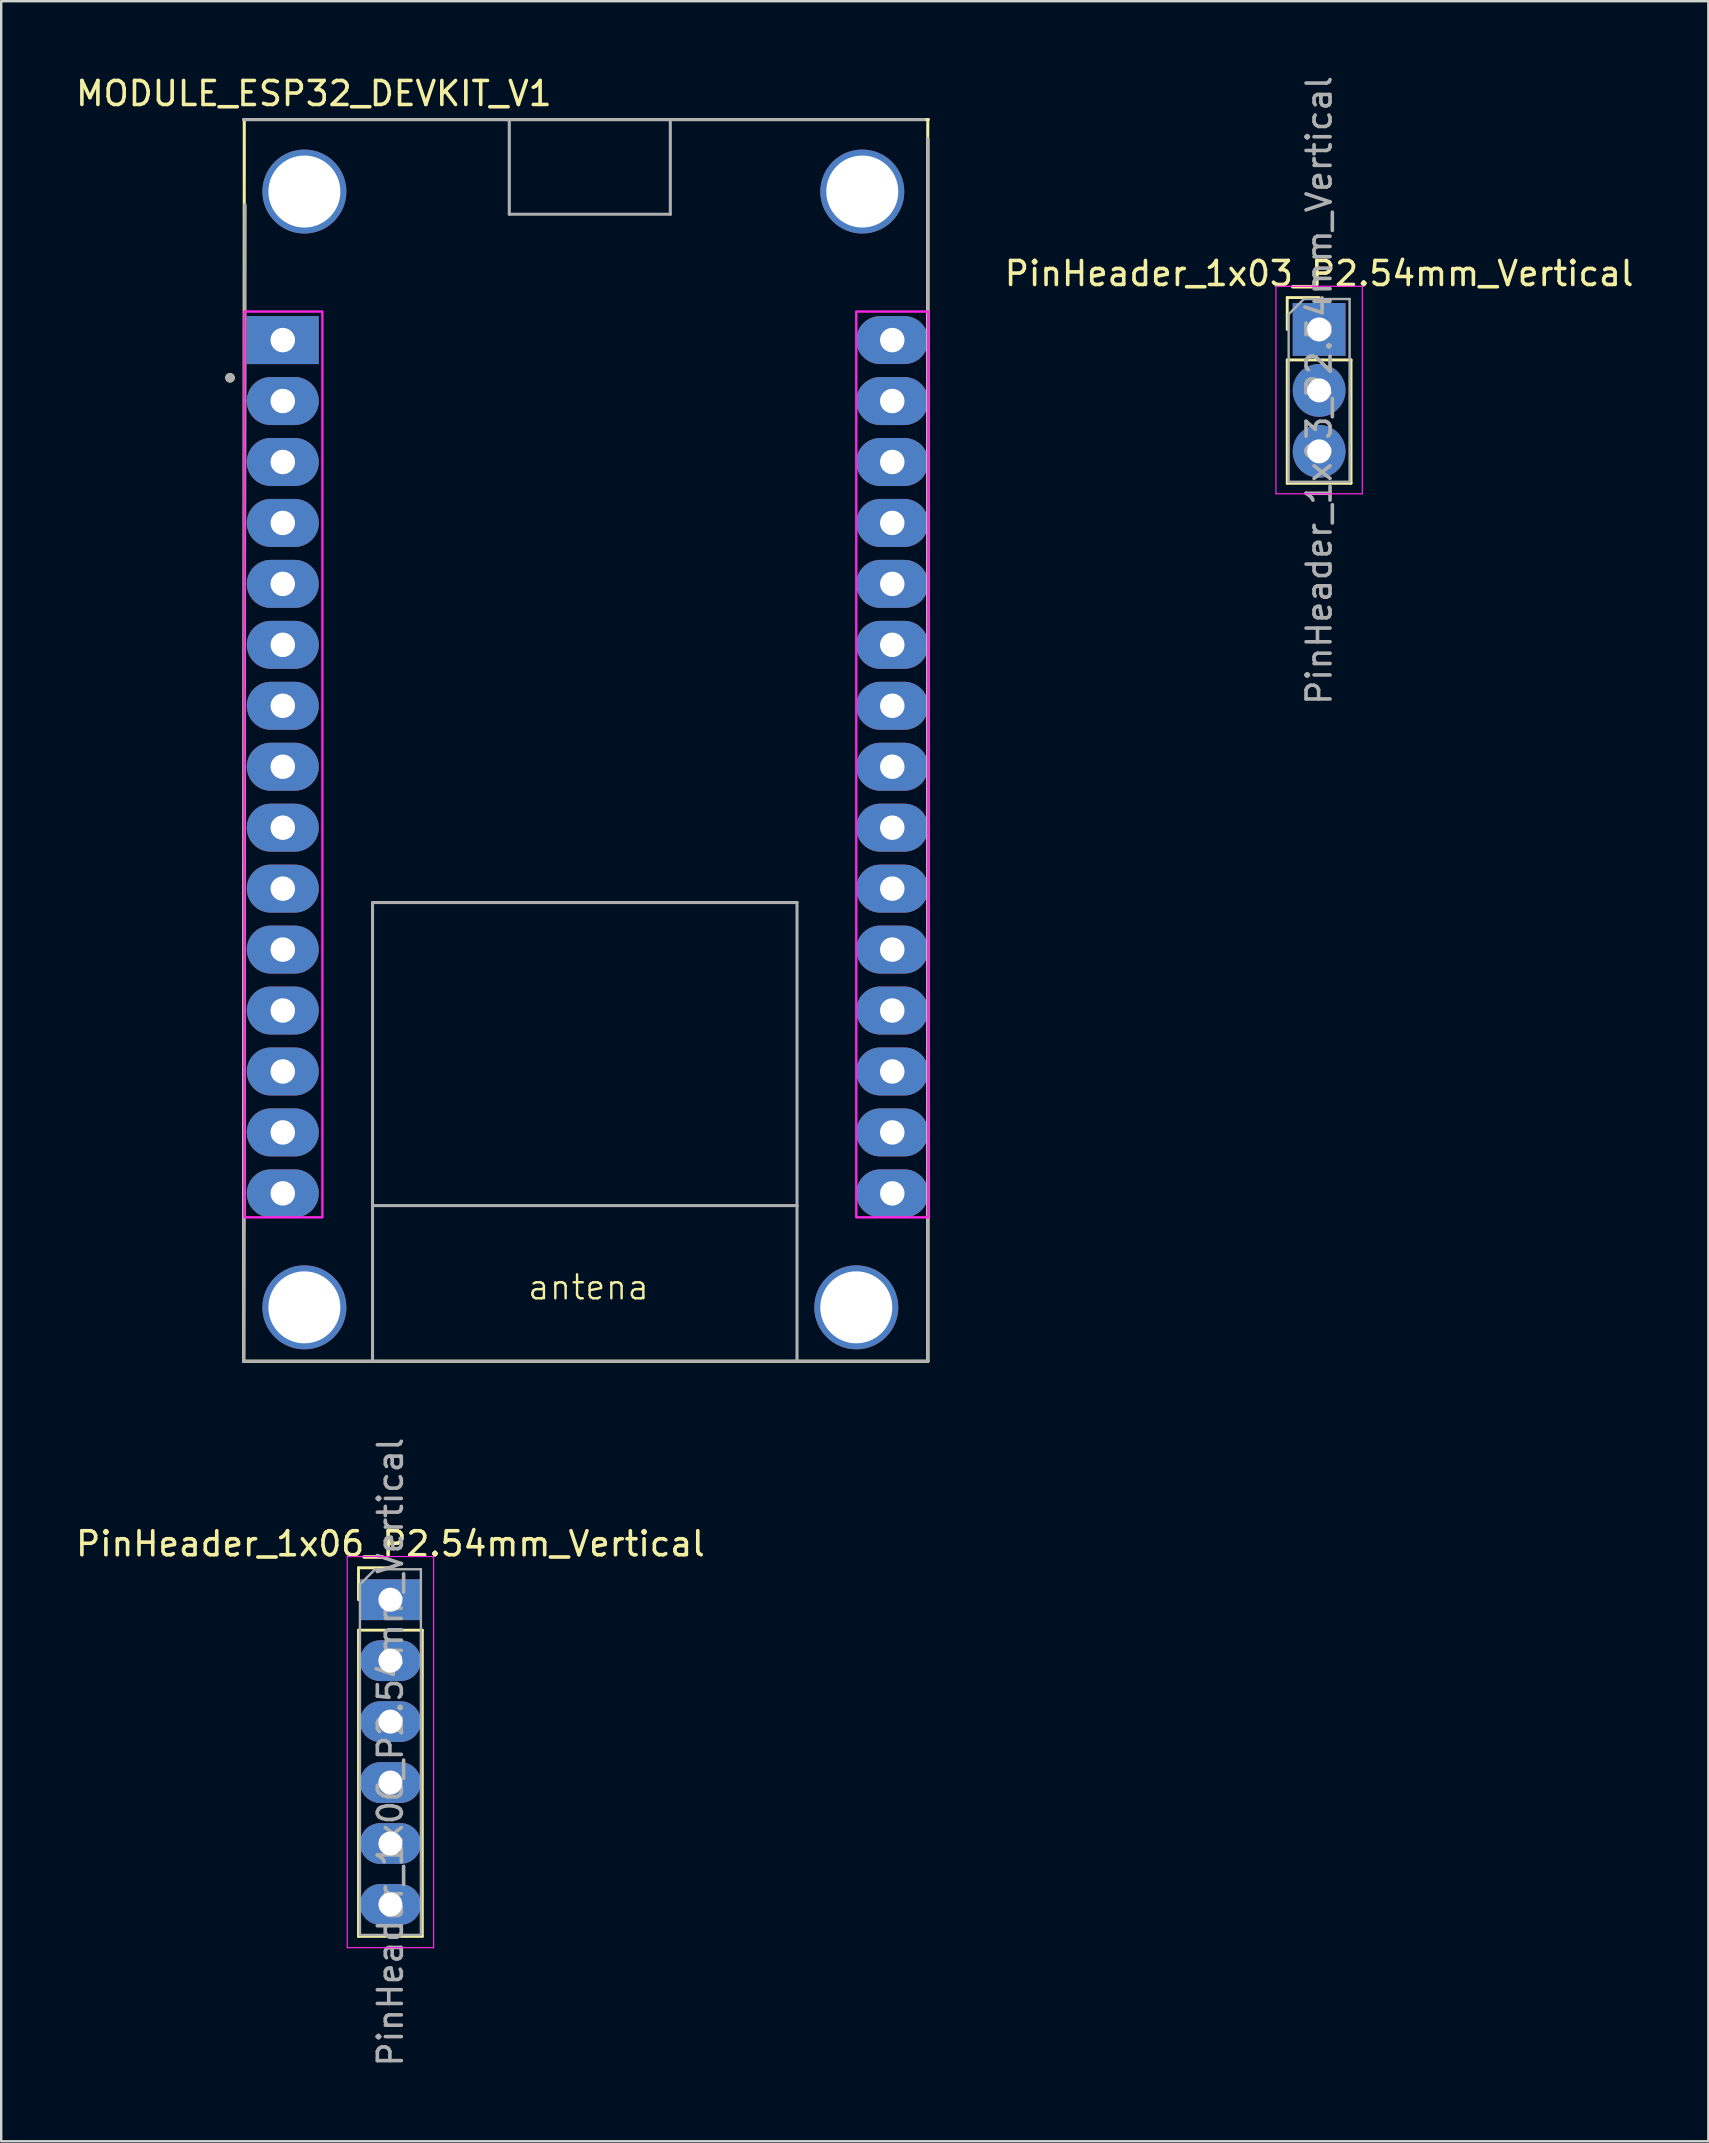
<source format=kicad_pcb>
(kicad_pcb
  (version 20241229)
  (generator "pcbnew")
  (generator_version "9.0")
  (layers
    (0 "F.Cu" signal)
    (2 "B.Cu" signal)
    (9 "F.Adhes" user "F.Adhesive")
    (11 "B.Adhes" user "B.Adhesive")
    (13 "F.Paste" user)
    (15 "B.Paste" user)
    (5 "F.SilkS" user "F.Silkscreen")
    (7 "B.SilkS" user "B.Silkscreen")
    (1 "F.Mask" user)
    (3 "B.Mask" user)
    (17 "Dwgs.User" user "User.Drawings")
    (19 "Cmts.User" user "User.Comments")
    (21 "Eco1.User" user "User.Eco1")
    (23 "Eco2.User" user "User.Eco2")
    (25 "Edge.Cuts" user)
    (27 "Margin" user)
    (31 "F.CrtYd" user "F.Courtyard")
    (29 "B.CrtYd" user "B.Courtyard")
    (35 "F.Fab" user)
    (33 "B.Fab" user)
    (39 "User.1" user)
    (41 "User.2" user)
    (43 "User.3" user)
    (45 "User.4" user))
  (footprint "MODULE_ESP32_DEVKIT_V1"
    (layer "F.Cu")
    (at 21.385 27.933)
    (property "Reference" "MODULE_ESP32_DEVKIT_V1" (at -11.355 -27.085 0) (layer "F.SilkS") (effects (font (size 1 1) (thickness 0.15))))
    (attr through_hole)
    (fp_line (start -14.28 -26) (end -3.211 -26) (stroke (width 0.127) (type solid)) (layer "F.SilkS"))
    (fp_line (start -14.28 25.75) (end -14.255 -26) (stroke (width 0.127) (type solid)) (layer "F.SilkS"))
    (fp_line (start -14.28 25.75) (end -14.23 -22.45) (stroke (width 0.127) (type solid)) (layer "F.SilkS"))
    (fp_line (start -14.28 25.75) (end -8.91 25.75) (stroke (width 0.127) (type solid)) (layer "F.SilkS"))
    (fp_line (start -14.255 -26) (end 14.255 -26) (stroke (width 0.127) (type solid)) (layer "F.SilkS"))
    (fp_line (start -8.91 25.75) (end 8.78 25.75) (stroke (width 0.127) (type solid)) (layer "F.SilkS"))
    (fp_line (start -3.356 -26) (end 3.356 -26) (stroke (width 0.127) (type solid)) (layer "F.SilkS"))
    (fp_line (start 3.356 -26) (end 14.085 -26) (stroke (width 0.127) (type solid)) (layer "F.SilkS"))
    (fp_line (start 8.78 25.75) (end 14.23 25.75) (stroke (width 0.127) (type solid)) (layer "F.SilkS"))
    (fp_line (start 14.23 -26) (end 14.23 25.75) (stroke (width 0.127) (type solid)) (layer "F.SilkS"))
    (fp_line (start 14.23 -25.2) (end 14.23 25.75) (stroke (width 0.127) (type solid)) (layer "F.SilkS"))
    (fp_line (start 14.23 25.75) (end -14.28 25.75) (stroke (width 0.127) (type solid)) (layer "F.SilkS"))
    (fp_circle (center -14.85 -15.24) (end -14.75 -15.24) (stroke (width 0.2) (type solid)) (fill no) (layer "F.SilkS"))
    (fp_rect (start -14.25 -18) (end -11 19.75) (stroke (width 0.1) (type default)) (fill no) (layer "F.CrtYd"))
    (fp_rect (start 11.25 -18) (end 14.25 19.75) (stroke (width 0.1) (type default)) (fill no) (layer "F.CrtYd"))
    (fp_line (start -14.28 -26) (end -3.211 -26) (stroke (width 0.127) (type solid)) (layer "F.Fab"))
    (fp_line (start -14.28 25.75) (end -14.23 -22.45) (stroke (width 0.127) (type solid)) (layer "F.Fab"))
    (fp_line (start -14.28 25.75) (end -8.91 25.75) (stroke (width 0.127) (type solid)) (layer "F.Fab"))
    (fp_line (start -8.91 6.63) (end 8.78 6.63) (stroke (width 0.127) (type solid)) (layer "F.Fab"))
    (fp_line (start -8.91 19.26) (end -8.91 6.63) (stroke (width 0.127) (type solid)) (layer "F.Fab"))
    (fp_line (start -8.91 19.26) (end 8.78 19.26) (stroke (width 0.127) (type solid)) (layer "F.Fab"))
    (fp_line (start -8.91 25.75) (end -8.91 19.26) (stroke (width 0.127) (type solid)) (layer "F.Fab"))
    (fp_line (start -8.91 25.75) (end 8.78 25.75) (stroke (width 0.127) (type solid)) (layer "F.Fab"))
    (fp_line (start -3.356 -26) (end 3.356 -26) (stroke (width 0.127) (type solid)) (layer "F.Fab"))
    (fp_line (start -3.211 -22.055) (end -3.211 -25.945) (stroke (width 0.127) (type solid)) (layer "F.Fab"))
    (fp_line (start 3.356 -26) (end 14.085 -26) (stroke (width 0.127) (type solid)) (layer "F.Fab"))
    (fp_line (start 3.5 -25.945) (end 3.5 -22.055) (stroke (width 0.127) (type solid)) (layer "F.Fab"))
    (fp_line (start 3.5 -22.055) (end -3.211 -22.055) (stroke (width 0.127) (type solid)) (layer "F.Fab"))
    (fp_line (start 8.78 6.63) (end 8.78 19.26) (stroke (width 0.127) (type solid)) (layer "F.Fab"))
    (fp_line (start 8.78 19.26) (end 8.78 25.75) (stroke (width 0.127) (type solid)) (layer "F.Fab"))
    (fp_line (start 8.78 25.75) (end 14.23 25.75) (stroke (width 0.127) (type solid)) (layer "F.Fab"))
    (fp_line (start 14.23 -25.2) (end 14.23 25.75) (stroke (width 0.127) (type solid)) (layer "F.Fab"))
    (fp_circle (center -14.85 -15.24) (end -14.75 -15.24) (stroke (width 0.2) (type solid)) (fill no) (layer "F.Fab"))
    (fp_text user "antena" (at -2.5 23.25 0) (unlocked yes) (layer "F.SilkS") (effects (font (size 1 1) (thickness 0.1)) (justify left bottom)))
    (pad "1" thru_hole rect (at -12.65 -16.81) (size 3 2) (drill 1.02) (layers "*.Cu" "*.Mask"))
    (pad "2" thru_hole oval (at -12.65 -14.27) (size 3 2) (drill 1.02) (layers "*.Cu" "*.Mask"))
    (pad "3" thru_hole oval (at -12.65 -11.73) (size 3 2) (drill 1.02) (layers "*.Cu" "*.Mask"))
    (pad "4" thru_hole oval (at -12.65 -9.19) (size 3 2) (drill 1.02) (layers "*.Cu" "*.Mask"))
    (pad "5" thru_hole oval (at -12.65 -6.65) (size 3 2) (drill 1.02) (layers "*.Cu" "*.Mask"))
    (pad "6" thru_hole oval (at -12.65 -4.11) (size 3 2) (drill 1.02) (layers "*.Cu" "*.Mask"))
    (pad "7" thru_hole oval (at -12.65 -1.57) (size 3 2) (drill 1.02) (layers "*.Cu" "*.Mask"))
    (pad "8" thru_hole oval (at -12.65 0.97) (size 3 2) (drill 1.02) (layers "*.Cu" "*.Mask"))
    (pad "9" thru_hole oval (at -12.65 3.51) (size 3 2) (drill 1.02) (layers "*.Cu" "*.Mask"))
    (pad "10" thru_hole oval (at -12.65 6.05) (size 3 2) (drill 1.02) (layers "*.Cu" "*.Mask"))
    (pad "11" thru_hole oval (at -12.65 8.59) (size 3 2) (drill 1.02) (layers "*.Cu" "*.Mask"))
    (pad "12" thru_hole oval (at -12.65 11.13) (size 3 2) (drill 1.02) (layers "*.Cu" "*.Mask"))
    (pad "13" thru_hole oval (at -12.65 13.67) (size 3 2) (drill 1.02) (layers "*.Cu" "*.Mask"))
    (pad "14" thru_hole oval (at -12.65 16.21) (size 3 2) (drill 1.02) (layers "*.Cu" "*.Mask"))
    (pad "15" thru_hole oval (at -12.65 18.75) (size 3 2) (drill 1.02) (layers "*.Cu" "*.Mask"))
    (pad "16" thru_hole oval (at 12.75 18.75) (size 3 2) (drill 1.02) (layers "*.Cu" "*.Mask"))
    (pad "17" thru_hole oval (at 12.75 16.21) (size 3 2) (drill 1.02) (layers "*.Cu" "*.Mask"))
    (pad "18" thru_hole oval (at 12.75 13.67) (size 3 2) (drill 1.02) (layers "*.Cu" "*.Mask"))
    (pad "19" thru_hole oval (at 12.75 11.13) (size 3 2) (drill 1.02) (layers "*.Cu" "*.Mask"))
    (pad "20" thru_hole oval (at 12.75 8.59) (size 3 2) (drill 1.02) (layers "*.Cu" "*.Mask"))
    (pad "21" thru_hole oval (at 12.75 6.05) (size 3 2) (drill 1.02) (layers "*.Cu" "*.Mask"))
    (pad "22" thru_hole oval (at 12.75 3.51) (size 3 2) (drill 1.02) (layers "*.Cu" "*.Mask"))
    (pad "23" thru_hole oval (at 12.75 0.97) (size 3 2) (drill 1.02) (layers "*.Cu" "*.Mask"))
    (pad "24" thru_hole oval (at 12.75 -1.57) (size 3 2) (drill 1.02) (layers "*.Cu" "*.Mask"))
    (pad "25" thru_hole oval (at 12.75 -4.11) (size 3 2) (drill 1.02) (layers "*.Cu" "*.Mask"))
    (pad "26" thru_hole oval (at 12.75 -6.65) (size 3 2) (drill 1.02) (layers "*.Cu" "*.Mask"))
    (pad "27" thru_hole oval (at 12.75 -9.19) (size 3 2) (drill 1.02) (layers "*.Cu" "*.Mask"))
    (pad "28" thru_hole oval (at 12.75 -11.73) (size 3 2) (drill 1.02) (layers "*.Cu" "*.Mask"))
    (pad "29" thru_hole oval (at 12.75 -14.27) (size 3 2) (drill 1.02) (layers "*.Cu" "*.Mask"))
    (pad "30" thru_hole oval (at 12.75 -16.81) (size 3 2) (drill 1.02) (layers "*.Cu" "*.Mask"))
    (pad "31" thru_hole circle (at -11.75 -23) (size 3.5 3.5) (drill 3) (layers "*.Cu" "*.Mask"))
    (pad "31" thru_hole circle (at -11.75 23.5) (size 3.5 3.5) (drill 3) (layers "*.Cu" "*.Mask"))
    (pad "31" thru_hole circle (at 11.25 23.5) (size 3.5 3.5) (drill 3) (layers "*.Cu" "*.Mask"))
    (pad "31" thru_hole circle (at 11.5 -23) (size 3.5 3.5) (drill 3) (layers "*.Cu" "*.Mask")))
  (footprint "PinHeader_1x06_P2.54mm_Vertical"
    (layer "F.Cu")
    (at 13.22 63.617)
    (property "Reference" "PinHeader_1x06_P2.54mm_Vertical" (at 0 -2.33 0) (layer "F.SilkS") (effects (font (size 1 1) (thickness 0.15))))
    (attr through_hole)
    (fp_line (start -1.33 -1.33) (end 0 -1.33) (stroke (width 0.12) (type solid)) (layer "F.SilkS"))
    (fp_line (start -1.33 0) (end -1.33 -1.33) (stroke (width 0.12) (type solid)) (layer "F.SilkS"))
    (fp_line (start -1.33 1.27) (end -1.33 14.03) (stroke (width 0.12) (type solid)) (layer "F.SilkS"))
    (fp_line (start -1.33 1.27) (end 1.33 1.27) (stroke (width 0.12) (type solid)) (layer "F.SilkS"))
    (fp_line (start -1.33 14.03) (end 1.33 14.03) (stroke (width 0.12) (type solid)) (layer "F.SilkS"))
    (fp_line (start 1.33 1.27) (end 1.33 14.03) (stroke (width 0.12) (type solid)) (layer "F.SilkS"))
    (fp_line (start -1.8 -1.8) (end -1.8 14.5) (stroke (width 0.05) (type solid)) (layer "F.CrtYd"))
    (fp_line (start -1.8 14.5) (end 1.8 14.5) (stroke (width 0.05) (type solid)) (layer "F.CrtYd"))
    (fp_line (start 1.8 -1.8) (end -1.8 -1.8) (stroke (width 0.05) (type solid)) (layer "F.CrtYd"))
    (fp_line (start 1.8 14.5) (end 1.8 -1.8) (stroke (width 0.05) (type solid)) (layer "F.CrtYd"))
    (fp_line (start -1.27 -0.635) (end -0.635 -1.27) (stroke (width 0.1) (type solid)) (layer "F.Fab"))
    (fp_line (start -1.27 13.97) (end -1.27 -0.635) (stroke (width 0.1) (type solid)) (layer "F.Fab"))
    (fp_line (start -0.635 -1.27) (end 1.27 -1.27) (stroke (width 0.1) (type solid)) (layer "F.Fab"))
    (fp_line (start 1.27 -1.27) (end 1.27 13.97) (stroke (width 0.1) (type solid)) (layer "F.Fab"))
    (fp_line (start 1.27 13.97) (end -1.27 13.97) (stroke (width 0.1) (type solid)) (layer "F.Fab"))
    (fp_text user "${REFERENCE}" (at 0 6.35 90) (layer "F.Fab") (effects (font (size 1 1) (thickness 0.15))))
    (pad "1" thru_hole rect (at 0 0) (size 2.54 1.7) (drill 1) (layers "*.Cu" "*.Mask"))
    (pad "2" thru_hole oval (at 0 2.54) (size 2.54 1.7) (drill 1) (layers "*.Cu" "*.Mask"))
    (pad "3" thru_hole oval (at 0 5.08) (size 2.54 1.7) (drill 1) (layers "*.Cu" "*.Mask"))
    (pad "4" thru_hole oval (at 0 7.62) (size 2.54 1.7) (drill 1) (layers "*.Cu" "*.Mask"))
    (pad "5" thru_hole oval (at 0 10.16) (size 2.54 1.7) (drill 1) (layers "*.Cu" "*.Mask"))
    (pad "6" thru_hole oval (at 0 12.7) (size 2.54 1.7) (drill 1) (layers "*.Cu" "*.Mask")))
  (footprint "PinHeader_1x03_P2.54mm_Vertical"
    (layer "F.Cu")
    (at 51.924 10.68)
    (property "Reference" "PinHeader_1x03_P2.54mm_Vertical" (at 0 -2.33 0) (layer "F.SilkS") (effects (font (size 1 1) (thickness 0.15))))
    (attr through_hole)
    (fp_line (start -1.33 -1.33) (end 0 -1.33) (stroke (width 0.12) (type solid)) (layer "F.SilkS"))
    (fp_line (start -1.33 0) (end -1.33 -1.33) (stroke (width 0.12) (type solid)) (layer "F.SilkS"))
    (fp_line (start -1.33 1.27) (end -1.33 6.41) (stroke (width 0.12) (type solid)) (layer "F.SilkS"))
    (fp_line (start -1.33 1.27) (end 1.33 1.27) (stroke (width 0.12) (type solid)) (layer "F.SilkS"))
    (fp_line (start -1.33 6.41) (end 1.33 6.41) (stroke (width 0.12) (type solid)) (layer "F.SilkS"))
    (fp_line (start 1.33 1.27) (end 1.33 6.41) (stroke (width 0.12) (type solid)) (layer "F.SilkS"))
    (fp_line (start -1.8 -1.8) (end -1.8 6.85) (stroke (width 0.05) (type solid)) (layer "F.CrtYd"))
    (fp_line (start -1.8 6.85) (end 1.8 6.85) (stroke (width 0.05) (type solid)) (layer "F.CrtYd"))
    (fp_line (start 1.8 -1.8) (end -1.8 -1.8) (stroke (width 0.05) (type solid)) (layer "F.CrtYd"))
    (fp_line (start 1.8 6.85) (end 1.8 -1.8) (stroke (width 0.05) (type solid)) (layer "F.CrtYd"))
    (fp_line (start -1.27 -0.635) (end -0.635 -1.27) (stroke (width 0.1) (type solid)) (layer "F.Fab"))
    (fp_line (start -1.27 6.35) (end -1.27 -0.635) (stroke (width 0.1) (type solid)) (layer "F.Fab"))
    (fp_line (start -0.635 -1.27) (end 1.27 -1.27) (stroke (width 0.1) (type solid)) (layer "F.Fab"))
    (fp_line (start 1.27 -1.27) (end 1.27 6.35) (stroke (width 0.1) (type solid)) (layer "F.Fab"))
    (fp_line (start 1.27 6.35) (end -1.27 6.35) (stroke (width 0.1) (type solid)) (layer "F.Fab"))
    (fp_text user "${REFERENCE}" (at 0 2.54 90) (layer "F.Fab") (effects (font (size 1 1) (thickness 0.15))))
    (pad "1" thru_hole rect (at 0 0) (size 2.2 2.2) (drill 1) (layers "*.Cu" "*.Mask"))
    (pad "2" thru_hole circle (at 0 2.54) (size 2.2 2.2) (drill 1) (layers "*.Cu" "*.Mask"))
    (pad "3" thru_hole circle (at 0 5.08) (size 2.2 2.2) (drill 1) (layers "*.Cu" "*.Mask")))
  (gr_rect
    (start -3 -3)
    (end 68.144 86.187)
    (stroke (width 0.1) (type default))
    (fill no)
    (layer "Edge.Cuts")))
</source>
